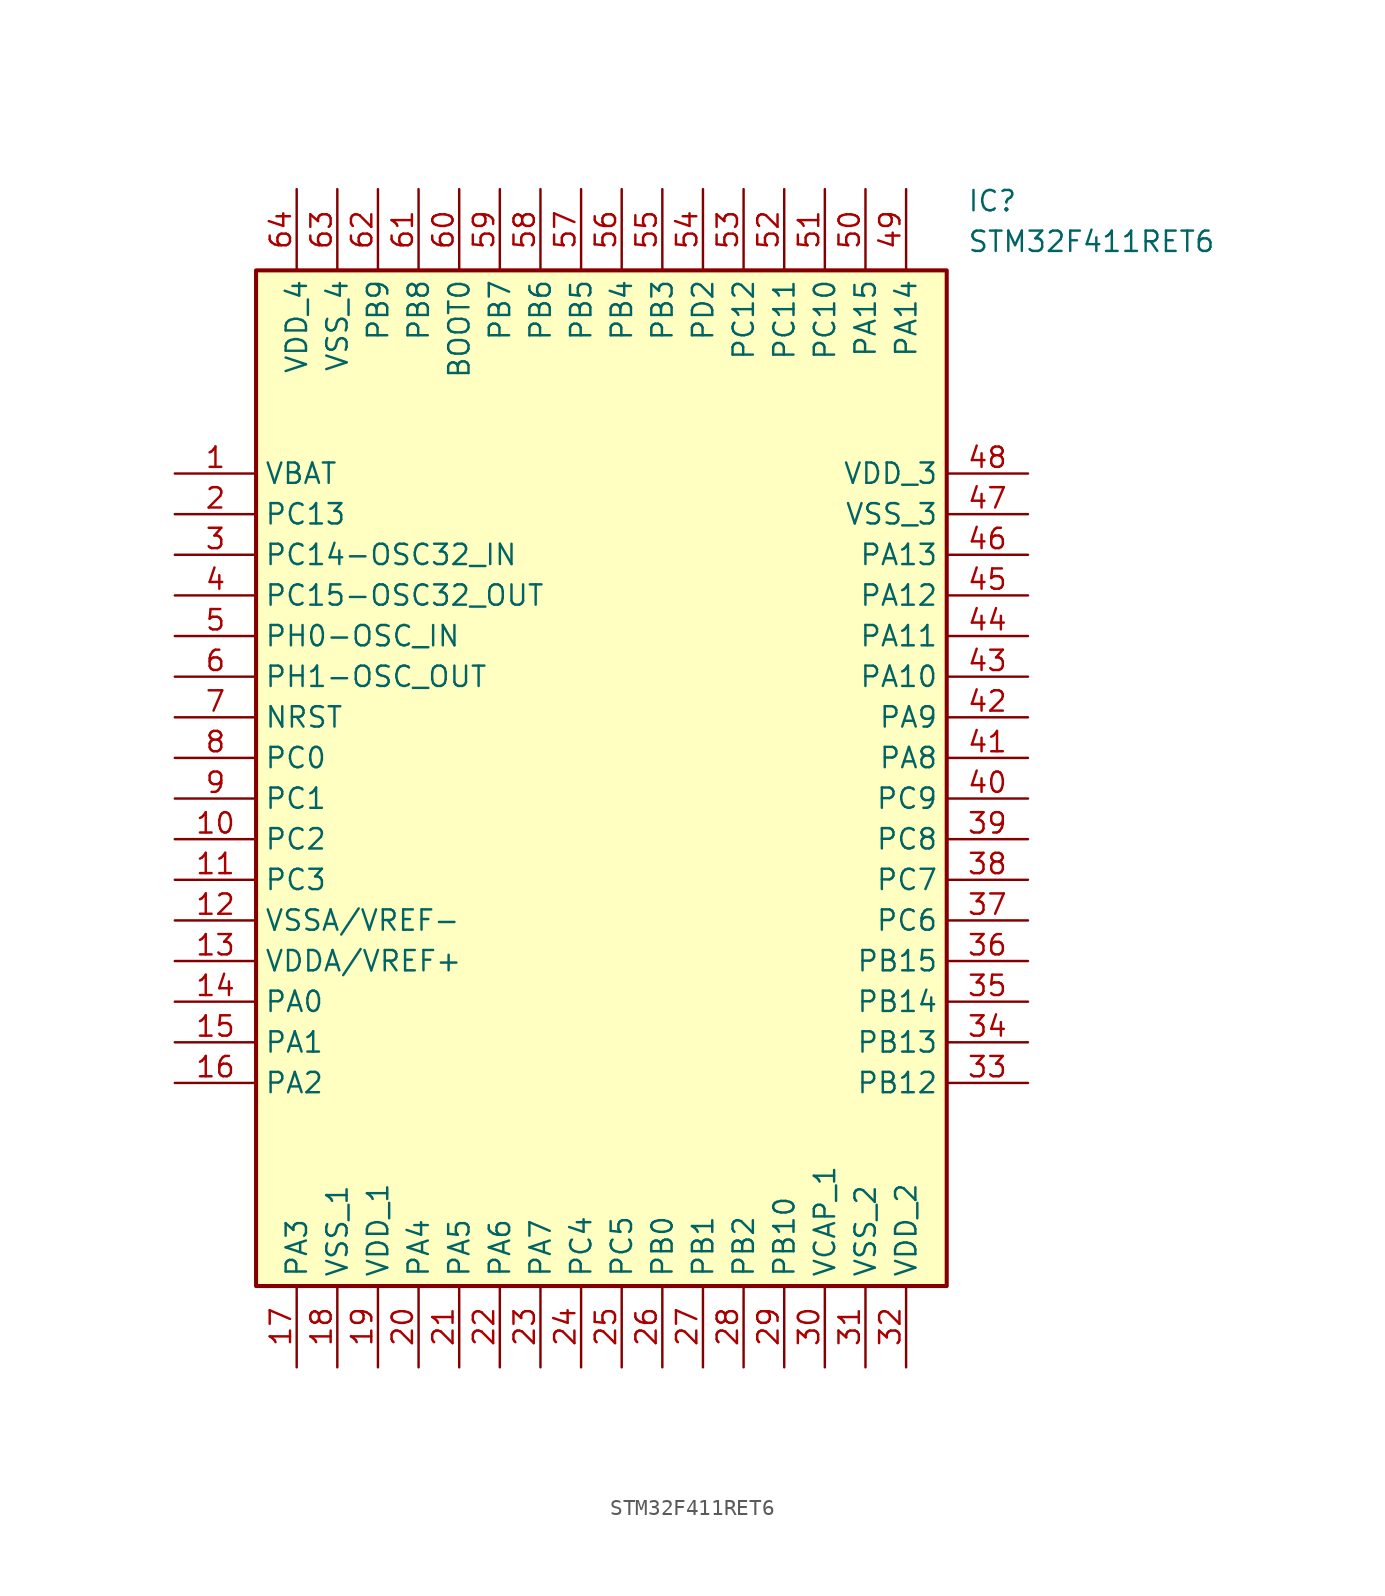
<source format=kicad_sym>
(kicad_symbol_lib
  (version 20211014)
  (generator SamacSys_ECAD_Model)
  (symbol "STM32F411RET6"
    (property "Reference" "IC"
      (at 49.53 17.78 0)
      (effects (font (size 1.27 1.27)) (justify left top)))
    (property "Value" "STM32F411RET6"
      (at 49.53 15.24 0)
      (effects (font (size 1.27 1.27)) (justify left top)))
    (rectangle
      (start 5.08 12.7)
      (end 48.26 -50.8)
      (stroke (width 0.254) (type default))
      (fill (type background)))
    (pin passive line
      (at 0 0 0)
      (length 5.08)
      (name "VBAT" (effects (font (size 1.27 1.27))))
      (number "1" (effects (font (size 1.27 1.27)))))
    (pin passive line
      (at 0 -2.54 0)
      (length 5.08)
      (name "PC13" (effects (font (size 1.27 1.27))))
      (number "2" (effects (font (size 1.27 1.27)))))
    (pin passive line
      (at 0 -5.08 0)
      (length 5.08)
      (name "PC14-OSC32_IN" (effects (font (size 1.27 1.27))))
      (number "3" (effects (font (size 1.27 1.27)))))
    (pin passive line
      (at 0 -7.62 0)
      (length 5.08)
      (name "PC15-OSC32_OUT" (effects (font (size 1.27 1.27))))
      (number "4" (effects (font (size 1.27 1.27)))))
    (pin passive line
      (at 0 -10.16 0)
      (length 5.08)
      (name "PH0-OSC_IN" (effects (font (size 1.27 1.27))))
      (number "5" (effects (font (size 1.27 1.27)))))
    (pin passive line
      (at 0 -12.7 0)
      (length 5.08)
      (name "PH1-OSC_OUT" (effects (font (size 1.27 1.27))))
      (number "6" (effects (font (size 1.27 1.27)))))
    (pin passive line
      (at 0 -15.24 0)
      (length 5.08)
      (name "NRST" (effects (font (size 1.27 1.27))))
      (number "7" (effects (font (size 1.27 1.27)))))
    (pin passive line
      (at 0 -17.78 0)
      (length 5.08)
      (name "PC0" (effects (font (size 1.27 1.27))))
      (number "8" (effects (font (size 1.27 1.27)))))
    (pin passive line
      (at 0 -20.32 0)
      (length 5.08)
      (name "PC1" (effects (font (size 1.27 1.27))))
      (number "9" (effects (font (size 1.27 1.27)))))
    (pin passive line
      (at 0 -22.86 0)
      (length 5.08)
      (name "PC2" (effects (font (size 1.27 1.27))))
      (number "10" (effects (font (size 1.27 1.27)))))
    (pin passive line
      (at 0 -25.4 0)
      (length 5.08)
      (name "PC3" (effects (font (size 1.27 1.27))))
      (number "11" (effects (font (size 1.27 1.27)))))
    (pin passive line
      (at 0 -27.94 0)
      (length 5.08)
      (name "VSSA/VREF-" (effects (font (size 1.27 1.27))))
      (number "12" (effects (font (size 1.27 1.27)))))
    (pin passive line
      (at 0 -30.48 0)
      (length 5.08)
      (name "VDDA/VREF+" (effects (font (size 1.27 1.27))))
      (number "13" (effects (font (size 1.27 1.27)))))
    (pin passive line
      (at 0 -33.02 0)
      (length 5.08)
      (name "PA0" (effects (font (size 1.27 1.27))))
      (number "14" (effects (font (size 1.27 1.27)))))
    (pin passive line
      (at 0 -35.56 0)
      (length 5.08)
      (name "PA1" (effects (font (size 1.27 1.27))))
      (number "15" (effects (font (size 1.27 1.27)))))
    (pin passive line
      (at 0 -38.1 0)
      (length 5.08)
      (name "PA2" (effects (font (size 1.27 1.27))))
      (number "16" (effects (font (size 1.27 1.27)))))
    (pin passive line
      (at 7.62 -55.88 90)
      (length 5.08)
      (name "PA3" (effects (font (size 1.27 1.27))))
      (number "17" (effects (font (size 1.27 1.27)))))
    (pin passive line
      (at 10.16 -55.88 90)
      (length 5.08)
      (name "VSS_1" (effects (font (size 1.27 1.27))))
      (number "18" (effects (font (size 1.27 1.27)))))
    (pin passive line
      (at 12.7 -55.88 90)
      (length 5.08)
      (name "VDD_1" (effects (font (size 1.27 1.27))))
      (number "19" (effects (font (size 1.27 1.27)))))
    (pin passive line
      (at 15.24 -55.88 90)
      (length 5.08)
      (name "PA4" (effects (font (size 1.27 1.27))))
      (number "20" (effects (font (size 1.27 1.27)))))
    (pin passive line
      (at 17.78 -55.88 90)
      (length 5.08)
      (name "PA5" (effects (font (size 1.27 1.27))))
      (number "21" (effects (font (size 1.27 1.27)))))
    (pin passive line
      (at 20.32 -55.88 90)
      (length 5.08)
      (name "PA6" (effects (font (size 1.27 1.27))))
      (number "22" (effects (font (size 1.27 1.27)))))
    (pin passive line
      (at 22.86 -55.88 90)
      (length 5.08)
      (name "PA7" (effects (font (size 1.27 1.27))))
      (number "23" (effects (font (size 1.27 1.27)))))
    (pin passive line
      (at 25.4 -55.88 90)
      (length 5.08)
      (name "PC4" (effects (font (size 1.27 1.27))))
      (number "24" (effects (font (size 1.27 1.27)))))
    (pin passive line
      (at 27.94 -55.88 90)
      (length 5.08)
      (name "PC5" (effects (font (size 1.27 1.27))))
      (number "25" (effects (font (size 1.27 1.27)))))
    (pin passive line
      (at 30.48 -55.88 90)
      (length 5.08)
      (name "PB0" (effects (font (size 1.27 1.27))))
      (number "26" (effects (font (size 1.27 1.27)))))
    (pin passive line
      (at 33.02 -55.88 90)
      (length 5.08)
      (name "PB1" (effects (font (size 1.27 1.27))))
      (number "27" (effects (font (size 1.27 1.27)))))
    (pin passive line
      (at 35.56 -55.88 90)
      (length 5.08)
      (name "PB2" (effects (font (size 1.27 1.27))))
      (number "28" (effects (font (size 1.27 1.27)))))
    (pin passive line
      (at 38.1 -55.88 90)
      (length 5.08)
      (name "PB10" (effects (font (size 1.27 1.27))))
      (number "29" (effects (font (size 1.27 1.27)))))
    (pin passive line
      (at 40.64 -55.88 90)
      (length 5.08)
      (name "VCAP_1" (effects (font (size 1.27 1.27))))
      (number "30" (effects (font (size 1.27 1.27)))))
    (pin passive line
      (at 43.18 -55.88 90)
      (length 5.08)
      (name "VSS_2" (effects (font (size 1.27 1.27))))
      (number "31" (effects (font (size 1.27 1.27)))))
    (pin passive line
      (at 45.72 -55.88 90)
      (length 5.08)
      (name "VDD_2" (effects (font (size 1.27 1.27))))
      (number "32" (effects (font (size 1.27 1.27)))))
    (pin passive line
      (at 53.34 0 180)
      (length 5.08)
      (name "VDD_3" (effects (font (size 1.27 1.27))))
      (number "48" (effects (font (size 1.27 1.27)))))
    (pin passive line
      (at 53.34 -2.54 180)
      (length 5.08)
      (name "VSS_3" (effects (font (size 1.27 1.27))))
      (number "47" (effects (font (size 1.27 1.27)))))
    (pin passive line
      (at 53.34 -5.08 180)
      (length 5.08)
      (name "PA13" (effects (font (size 1.27 1.27))))
      (number "46" (effects (font (size 1.27 1.27)))))
    (pin passive line
      (at 53.34 -7.62 180)
      (length 5.08)
      (name "PA12" (effects (font (size 1.27 1.27))))
      (number "45" (effects (font (size 1.27 1.27)))))
    (pin passive line
      (at 53.34 -10.16 180)
      (length 5.08)
      (name "PA11" (effects (font (size 1.27 1.27))))
      (number "44" (effects (font (size 1.27 1.27)))))
    (pin passive line
      (at 53.34 -12.7 180)
      (length 5.08)
      (name "PA10" (effects (font (size 1.27 1.27))))
      (number "43" (effects (font (size 1.27 1.27)))))
    (pin passive line
      (at 53.34 -15.24 180)
      (length 5.08)
      (name "PA9" (effects (font (size 1.27 1.27))))
      (number "42" (effects (font (size 1.27 1.27)))))
    (pin passive line
      (at 53.34 -17.78 180)
      (length 5.08)
      (name "PA8" (effects (font (size 1.27 1.27))))
      (number "41" (effects (font (size 1.27 1.27)))))
    (pin passive line
      (at 53.34 -20.32 180)
      (length 5.08)
      (name "PC9" (effects (font (size 1.27 1.27))))
      (number "40" (effects (font (size 1.27 1.27)))))
    (pin passive line
      (at 53.34 -22.86 180)
      (length 5.08)
      (name "PC8" (effects (font (size 1.27 1.27))))
      (number "39" (effects (font (size 1.27 1.27)))))
    (pin passive line
      (at 53.34 -25.4 180)
      (length 5.08)
      (name "PC7" (effects (font (size 1.27 1.27))))
      (number "38" (effects (font (size 1.27 1.27)))))
    (pin passive line
      (at 53.34 -27.94 180)
      (length 5.08)
      (name "PC6" (effects (font (size 1.27 1.27))))
      (number "37" (effects (font (size 1.27 1.27)))))
    (pin passive line
      (at 53.34 -30.48 180)
      (length 5.08)
      (name "PB15" (effects (font (size 1.27 1.27))))
      (number "36" (effects (font (size 1.27 1.27)))))
    (pin passive line
      (at 53.34 -33.02 180)
      (length 5.08)
      (name "PB14" (effects (font (size 1.27 1.27))))
      (number "35" (effects (font (size 1.27 1.27)))))
    (pin passive line
      (at 53.34 -35.56 180)
      (length 5.08)
      (name "PB13" (effects (font (size 1.27 1.27))))
      (number "34" (effects (font (size 1.27 1.27)))))
    (pin passive line
      (at 53.34 -38.1 180)
      (length 5.08)
      (name "PB12" (effects (font (size 1.27 1.27))))
      (number "33" (effects (font (size 1.27 1.27)))))
    (pin passive line
      (at 7.62 17.78 270)
      (length 5.08)
      (name "VDD_4" (effects (font (size 1.27 1.27))))
      (number "64" (effects (font (size 1.27 1.27)))))
    (pin passive line
      (at 10.16 17.78 270)
      (length 5.08)
      (name "VSS_4" (effects (font (size 1.27 1.27))))
      (number "63" (effects (font (size 1.27 1.27)))))
    (pin passive line
      (at 12.7 17.78 270)
      (length 5.08)
      (name "PB9" (effects (font (size 1.27 1.27))))
      (number "62" (effects (font (size 1.27 1.27)))))
    (pin passive line
      (at 15.24 17.78 270)
      (length 5.08)
      (name "PB8" (effects (font (size 1.27 1.27))))
      (number "61" (effects (font (size 1.27 1.27)))))
    (pin passive line
      (at 17.78 17.78 270)
      (length 5.08)
      (name "BOOT0" (effects (font (size 1.27 1.27))))
      (number "60" (effects (font (size 1.27 1.27)))))
    (pin passive line
      (at 20.32 17.78 270)
      (length 5.08)
      (name "PB7" (effects (font (size 1.27 1.27))))
      (number "59" (effects (font (size 1.27 1.27)))))
    (pin passive line
      (at 22.86 17.78 270)
      (length 5.08)
      (name "PB6" (effects (font (size 1.27 1.27))))
      (number "58" (effects (font (size 1.27 1.27)))))
    (pin passive line
      (at 25.4 17.78 270)
      (length 5.08)
      (name "PB5" (effects (font (size 1.27 1.27))))
      (number "57" (effects (font (size 1.27 1.27)))))
    (pin passive line
      (at 27.94 17.78 270)
      (length 5.08)
      (name "PB4" (effects (font (size 1.27 1.27))))
      (number "56" (effects (font (size 1.27 1.27)))))
    (pin passive line
      (at 30.48 17.78 270)
      (length 5.08)
      (name "PB3" (effects (font (size 1.27 1.27))))
      (number "55" (effects (font (size 1.27 1.27)))))
    (pin passive line
      (at 33.02 17.78 270)
      (length 5.08)
      (name "PD2" (effects (font (size 1.27 1.27))))
      (number "54" (effects (font (size 1.27 1.27)))))
    (pin passive line
      (at 35.56 17.78 270)
      (length 5.08)
      (name "PC12" (effects (font (size 1.27 1.27))))
      (number "53" (effects (font (size 1.27 1.27)))))
    (pin passive line
      (at 38.1 17.78 270)
      (length 5.08)
      (name "PC11" (effects (font (size 1.27 1.27))))
      (number "52" (effects (font (size 1.27 1.27)))))
    (pin passive line
      (at 40.64 17.78 270)
      (length 5.08)
      (name "PC10" (effects (font (size 1.27 1.27))))
      (number "51" (effects (font (size 1.27 1.27)))))
    (pin passive line
      (at 43.18 17.78 270)
      (length 5.08)
      (name "PA15" (effects (font (size 1.27 1.27))))
      (number "50" (effects (font (size 1.27 1.27)))))
    (pin passive line
      (at 45.72 17.78 270)
      (length 5.08)
      (name "PA14" (effects (font (size 1.27 1.27))))
      (number "49" (effects (font (size 1.27 1.27)))))))
</source>
